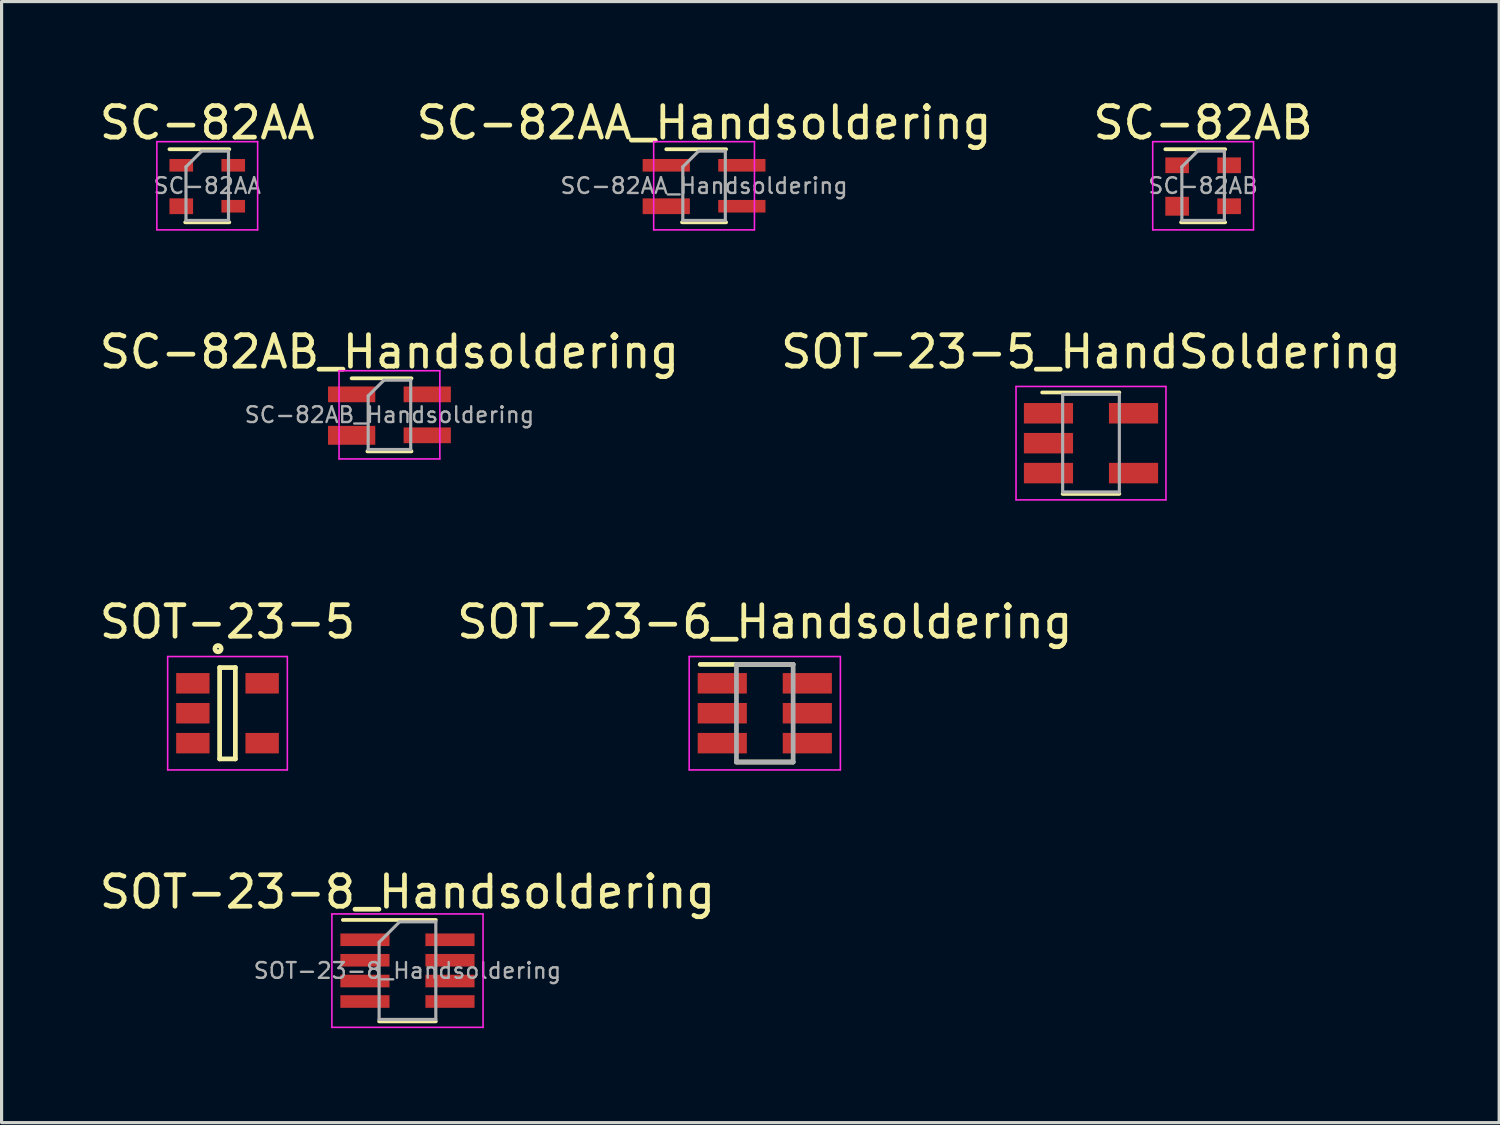
<source format=kicad_pcb>
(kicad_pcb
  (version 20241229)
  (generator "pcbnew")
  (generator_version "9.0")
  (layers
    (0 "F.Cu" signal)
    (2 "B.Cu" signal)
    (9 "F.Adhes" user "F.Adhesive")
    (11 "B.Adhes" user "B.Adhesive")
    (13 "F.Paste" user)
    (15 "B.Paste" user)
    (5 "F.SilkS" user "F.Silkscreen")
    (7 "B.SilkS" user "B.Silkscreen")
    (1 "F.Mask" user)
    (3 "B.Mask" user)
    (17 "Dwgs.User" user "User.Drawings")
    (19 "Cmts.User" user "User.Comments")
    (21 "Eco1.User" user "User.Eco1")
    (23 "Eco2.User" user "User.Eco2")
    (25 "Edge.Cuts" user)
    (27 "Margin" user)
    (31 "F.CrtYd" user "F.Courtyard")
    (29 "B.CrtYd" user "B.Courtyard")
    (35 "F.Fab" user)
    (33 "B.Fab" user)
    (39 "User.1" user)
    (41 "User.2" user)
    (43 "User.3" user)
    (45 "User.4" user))
  (footprint "SOT-23-6_Handsoldering"
    (layer "F.Cu")
    (at 21.232 19.595)
    (property "Reference" "SOT-23-6_Handsoldering" (at 0 -2.9 0) (layer "F.SilkS") (effects (font (size 1 1) (thickness 0.15))))
    (attr smd)
    (fp_line (start -0.9 1.55) (end 0.9 1.55) (stroke (width 0.15) (type solid)) (layer "F.SilkS"))
    (fp_line (start 0.9 -1.55) (end -2.05 -1.55) (stroke (width 0.15) (type solid)) (layer "F.SilkS"))
    (fp_line (start -2.4 -1.8) (end 2.4 -1.8) (stroke (width 0.05) (type solid)) (layer "F.CrtYd"))
    (fp_line (start -2.4 1.8) (end -2.4 -1.8) (stroke (width 0.05) (type solid)) (layer "F.CrtYd"))
    (fp_line (start 2.4 -1.8) (end 2.4 1.8) (stroke (width 0.05) (type solid)) (layer "F.CrtYd"))
    (fp_line (start 2.4 1.8) (end -2.4 1.8) (stroke (width 0.05) (type solid)) (layer "F.CrtYd"))
    (fp_line (start -0.9 -1.55) (end -0.9 1.55) (stroke (width 0.15) (type solid)) (layer "F.Fab"))
    (fp_line (start 0.9 -1.55) (end -0.9 -1.55) (stroke (width 0.15) (type solid)) (layer "F.Fab"))
    (fp_line (start 0.9 -1.55) (end 0.9 1.55) (stroke (width 0.15) (type solid)) (layer "F.Fab"))
    (fp_line (start 0.9 1.55) (end -0.9 1.55) (stroke (width 0.15) (type solid)) (layer "F.Fab"))
    (pad "1" smd rect (at -1.35 -0.95) (size 1.56 0.65) (layers "F.Cu" "F.Mask" "F.Paste"))
    (pad "2" smd rect (at -1.35 0) (size 1.56 0.65) (layers "F.Cu" "F.Mask" "F.Paste"))
    (pad "3" smd rect (at -1.35 0.95) (size 1.56 0.65) (layers "F.Cu" "F.Mask" "F.Paste"))
    (pad "4" smd rect (at 1.35 0.95) (size 1.56 0.65) (layers "F.Cu" "F.Mask" "F.Paste"))
    (pad "5" smd rect (at 1.35 0) (size 1.56 0.65) (layers "F.Cu" "F.Mask" "F.Paste"))
    (pad "6" smd rect (at 1.35 -0.95) (size 1.56 0.65) (layers "F.Cu" "F.Mask" "F.Paste")))
  (footprint "SOT-23-8_Handsoldering"
    (layer "F.Cu")
    (at 9.887 27.768)
    (property "Reference" "SOT-23-8_Handsoldering" (at 0 -2.5 0) (layer "F.SilkS") (effects (font (size 1 1) (thickness 0.15))))
    (attr smd)
    (fp_line (start -0.9 1.61) (end 0.9 1.61) (stroke (width 0.12) (type solid)) (layer "F.SilkS"))
    (fp_line (start 0.9 -1.61) (end -2.05 -1.61) (stroke (width 0.12) (type solid)) (layer "F.SilkS"))
    (fp_line (start -2.4 -1.8) (end 2.4 -1.8) (stroke (width 0.05) (type solid)) (layer "F.CrtYd"))
    (fp_line (start -2.4 1.8) (end -2.4 -1.8) (stroke (width 0.05) (type solid)) (layer "F.CrtYd"))
    (fp_line (start 2.4 -1.8) (end 2.4 1.8) (stroke (width 0.05) (type solid)) (layer "F.CrtYd"))
    (fp_line (start 2.4 1.8) (end -2.4 1.8) (stroke (width 0.05) (type solid)) (layer "F.CrtYd"))
    (fp_line (start -0.9 -0.9) (end -0.9 1.55) (stroke (width 0.1) (type solid)) (layer "F.Fab"))
    (fp_line (start -0.9 -0.9) (end -0.25 -1.55) (stroke (width 0.1) (type solid)) (layer "F.Fab"))
    (fp_line (start 0.9 -1.55) (end -0.25 -1.55) (stroke (width 0.1) (type solid)) (layer "F.Fab"))
    (fp_line (start 0.9 -1.55) (end 0.9 1.55) (stroke (width 0.1) (type solid)) (layer "F.Fab"))
    (fp_line (start 0.9 1.55) (end -0.9 1.55) (stroke (width 0.1) (type solid)) (layer "F.Fab"))
    (fp_text user "${REFERENCE}" (at 0 0 0) (layer "F.Fab") (effects (font (size 0.5 0.5) (thickness 0.075))))
    (pad "1" smd rect (at -1.35 -0.98) (size 1.56 0.4) (layers "F.Cu" "F.Mask" "F.Paste"))
    (pad "2" smd rect (at -1.35 -0.33) (size 1.56 0.4) (layers "F.Cu" "F.Mask" "F.Paste"))
    (pad "3" smd rect (at -1.35 0.33) (size 1.56 0.4) (layers "F.Cu" "F.Mask" "F.Paste"))
    (pad "4" smd rect (at -1.35 0.98) (size 1.56 0.4) (layers "F.Cu" "F.Mask" "F.Paste"))
    (pad "5" smd rect (at 1.35 0.98) (size 1.56 0.4) (layers "F.Cu" "F.Mask" "F.Paste"))
    (pad "6" smd rect (at 1.35 0.33) (size 1.56 0.4) (layers "F.Cu" "F.Mask" "F.Paste"))
    (pad "7" smd rect (at 1.35 -0.33) (size 1.56 0.4) (layers "F.Cu" "F.Mask" "F.Paste"))
    (pad "8" smd rect (at 1.35 -0.98) (size 1.56 0.4) (layers "F.Cu" "F.Mask" "F.Paste")))
  (footprint "SC-82AA_Handsoldering"
    (layer "F.Cu")
    (at 19.304 2.848)
    (property "Reference" "SC-82AA_Handsoldering" (at 0 -2 0) (layer "F.SilkS") (effects (font (size 1 1) (thickness 0.15))))
    (attr smd)
    (fp_line (start -0.7 1.16) (end 0.7 1.16) (stroke (width 0.12) (type solid)) (layer "F.SilkS"))
    (fp_line (start 0.7 -1.16) (end -1.2 -1.16) (stroke (width 0.12) (type solid)) (layer "F.SilkS"))
    (fp_line (start -1.6 -1.4) (end -1.6 1.4) (stroke (width 0.05) (type solid)) (layer "F.CrtYd"))
    (fp_line (start -1.6 -1.4) (end 1.6 -1.4) (stroke (width 0.05) (type solid)) (layer "F.CrtYd"))
    (fp_line (start -1.6 1.4) (end 1.6 1.4) (stroke (width 0.05) (type solid)) (layer "F.CrtYd"))
    (fp_line (start 1.6 1.4) (end 1.6 -1.4) (stroke (width 0.05) (type solid)) (layer "F.CrtYd"))
    (fp_line (start -0.675 -0.6) (end -0.675 1.1) (stroke (width 0.1) (type solid)) (layer "F.Fab"))
    (fp_line (start -0.175 -1.1) (end -0.675 -0.6) (stroke (width 0.1) (type solid)) (layer "F.Fab"))
    (fp_line (start 0.675 -1.1) (end -0.175 -1.1) (stroke (width 0.1) (type solid)) (layer "F.Fab"))
    (fp_line (start 0.675 -1.1) (end 0.675 1.1) (stroke (width 0.1) (type solid)) (layer "F.Fab"))
    (fp_line (start 0.675 1.1) (end -0.675 1.1) (stroke (width 0.1) (type solid)) (layer "F.Fab"))
    (fp_text user "${REFERENCE}" (at 0 0 0) (layer "F.Fab") (effects (font (size 0.5 0.5) (thickness 0.075))))
    (pad "1" smd rect (at -1.2 -0.65) (size 1.5 0.4) (layers "F.Cu" "F.Mask" "F.Paste"))
    (pad "2" smd rect (at -1.2 0.65) (size 1.5 0.5) (layers "F.Cu" "F.Mask" "F.Paste"))
    (pad "3" smd rect (at 1.2 0.65) (size 1.5 0.4) (layers "F.Cu" "F.Mask" "F.Paste"))
    (pad "4" smd rect (at 1.2 -0.65) (size 1.5 0.4) (layers "F.Cu" "F.Mask" "F.Paste")))
  (footprint "SOT-23-5_HandSoldering"
    (layer "F.Cu")
    (at 31.589 11.021)
    (property "Reference" "SOT-23-5_HandSoldering" (at 0 -2.9 0) (layer "F.SilkS") (effects (font (size 1 1) (thickness 0.15))))
    (attr smd)
    (fp_line (start -0.9 1.61) (end 0.9 1.61) (stroke (width 0.12) (type solid)) (layer "F.SilkS"))
    (fp_line (start 0.9 -1.61) (end -1.55 -1.61) (stroke (width 0.12) (type solid)) (layer "F.SilkS"))
    (fp_line (start -2.38 -1.8) (end -2.38 1.8) (stroke (width 0.05) (type solid)) (layer "F.CrtYd"))
    (fp_line (start -2.38 -1.8) (end 2.38 -1.8) (stroke (width 0.05) (type solid)) (layer "F.CrtYd"))
    (fp_line (start 2.38 1.8) (end -2.38 1.8) (stroke (width 0.05) (type solid)) (layer "F.CrtYd"))
    (fp_line (start 2.38 1.8) (end 2.38 -1.8) (stroke (width 0.05) (type solid)) (layer "F.CrtYd"))
    (fp_line (start -0.9 -1.55) (end -0.9 1.55) (stroke (width 0.1) (type solid)) (layer "F.Fab"))
    (fp_line (start 0.9 -1.55) (end -0.9 -1.55) (stroke (width 0.1) (type solid)) (layer "F.Fab"))
    (fp_line (start 0.9 -1.55) (end 0.9 1.55) (stroke (width 0.1) (type solid)) (layer "F.Fab"))
    (fp_line (start 0.9 1.55) (end -0.9 1.55) (stroke (width 0.1) (type solid)) (layer "F.Fab"))
    (pad "1" smd rect (at -1.35 -0.95) (size 1.56 0.65) (layers "F.Cu" "F.Mask" "F.Paste"))
    (pad "2" smd rect (at -1.35 0) (size 1.56 0.65) (layers "F.Cu" "F.Mask" "F.Paste"))
    (pad "3" smd rect (at -1.35 0.95) (size 1.56 0.65) (layers "F.Cu" "F.Mask" "F.Paste"))
    (pad "4" smd rect (at 1.35 0.95) (size 1.56 0.65) (layers "F.Cu" "F.Mask" "F.Paste"))
    (pad "5" smd rect (at 1.35 -0.95) (size 1.56 0.65) (layers "F.Cu" "F.Mask" "F.Paste")))
  (footprint "SOT-23-5"
    (layer "F.Cu")
    (at 4.173 19.595)
    (property "Reference" "SOT-23-5" (at 0 -2.9 0) (layer "F.SilkS") (effects (font (size 1 1) (thickness 0.15))))
    (attr smd)
    (fp_line (start -0.25 -1.45) (end -0.25 1.45) (stroke (width 0.15) (type solid)) (layer "F.SilkS"))
    (fp_line (start -0.25 1.45) (end 0.25 1.45) (stroke (width 0.15) (type solid)) (layer "F.SilkS"))
    (fp_line (start 0.25 -1.45) (end -0.25 -1.45) (stroke (width 0.15) (type solid)) (layer "F.SilkS"))
    (fp_line (start 0.25 1.45) (end 0.25 -1.45) (stroke (width 0.15) (type solid)) (layer "F.SilkS"))
    (fp_circle (center -0.3 -2.05) (end -0.2 -2.05) (stroke (width 0.15) (type solid)) (fill no) (layer "F.SilkS"))
    (fp_line (start -1.9 -1.8) (end 1.9 -1.8) (stroke (width 0.05) (type solid)) (layer "F.CrtYd"))
    (fp_line (start -1.9 1.8) (end -1.9 -1.8) (stroke (width 0.05) (type solid)) (layer "F.CrtYd"))
    (fp_line (start 1.9 -1.8) (end 1.9 1.8) (stroke (width 0.05) (type solid)) (layer "F.CrtYd"))
    (fp_line (start 1.9 1.8) (end -1.9 1.8) (stroke (width 0.05) (type solid)) (layer "F.CrtYd"))
    (pad "1" smd rect (at -1.1 -0.95) (size 1.06 0.65) (layers "F.Cu" "F.Mask" "F.Paste"))
    (pad "2" smd rect (at -1.1 0) (size 1.06 0.65) (layers "F.Cu" "F.Mask" "F.Paste"))
    (pad "3" smd rect (at -1.1 0.95) (size 1.06 0.65) (layers "F.Cu" "F.Mask" "F.Paste"))
    (pad "4" smd rect (at 1.1 0.95) (size 1.06 0.65) (layers "F.Cu" "F.Mask" "F.Paste"))
    (pad "5" smd rect (at 1.1 -0.95) (size 1.06 0.65) (layers "F.Cu" "F.Mask" "F.Paste")))
  (footprint "SC-82AB"
    (layer "F.Cu")
    (at 35.149 2.848)
    (property "Reference" "SC-82AB" (at 0 -2 0) (layer "F.SilkS") (effects (font (size 1 1) (thickness 0.15))))
    (attr smd)
    (fp_line (start -0.7 1.16) (end 0.7 1.16) (stroke (width 0.12) (type solid)) (layer "F.SilkS"))
    (fp_line (start 0.7 -1.16) (end -1.2 -1.16) (stroke (width 0.12) (type solid)) (layer "F.SilkS"))
    (fp_line (start -1.6 -1.4) (end -1.6 1.4) (stroke (width 0.05) (type solid)) (layer "F.CrtYd"))
    (fp_line (start -1.6 -1.4) (end 1.6 -1.4) (stroke (width 0.05) (type solid)) (layer "F.CrtYd"))
    (fp_line (start -1.6 1.4) (end 1.6 1.4) (stroke (width 0.05) (type solid)) (layer "F.CrtYd"))
    (fp_line (start 1.6 1.4) (end 1.6 -1.4) (stroke (width 0.05) (type solid)) (layer "F.CrtYd"))
    (fp_line (start -0.675 -0.6) (end -0.675 1.1) (stroke (width 0.1) (type solid)) (layer "F.Fab"))
    (fp_line (start -0.175 -1.1) (end -0.675 -0.6) (stroke (width 0.1) (type solid)) (layer "F.Fab"))
    (fp_line (start 0.675 -1.1) (end -0.175 -1.1) (stroke (width 0.1) (type solid)) (layer "F.Fab"))
    (fp_line (start 0.675 -1.1) (end 0.675 1.1) (stroke (width 0.1) (type solid)) (layer "F.Fab"))
    (fp_line (start 0.675 1.1) (end -0.675 1.1) (stroke (width 0.1) (type solid)) (layer "F.Fab"))
    (fp_text user "${REFERENCE}" (at 0 0 0) (layer "F.Fab") (effects (font (size 0.5 0.5) (thickness 0.075))))
    (pad "1" smd rect (at -0.825 -0.65) (size 0.75 0.5) (layers "F.Cu" "F.Mask" "F.Paste"))
    (pad "2" smd rect (at -0.825 0.65) (size 0.75 0.6) (layers "F.Cu" "F.Mask" "F.Paste"))
    (pad "3" smd rect (at 0.825 0.65) (size 0.75 0.5) (layers "F.Cu" "F.Mask" "F.Paste"))
    (pad "4" smd rect (at 0.825 -0.65) (size 0.75 0.5) (layers "F.Cu" "F.Mask" "F.Paste")))
  (footprint "SC-82AB_Handsoldering"
    (layer "F.Cu")
    (at 9.315 10.121)
    (property "Reference" "SC-82AB_Handsoldering" (at 0 -2 0) (layer "F.SilkS") (effects (font (size 1 1) (thickness 0.15))))
    (attr smd)
    (fp_line (start -0.7 1.16) (end 0.7 1.16) (stroke (width 0.12) (type solid)) (layer "F.SilkS"))
    (fp_line (start 0.7 -1.16) (end -1.2 -1.16) (stroke (width 0.12) (type solid)) (layer "F.SilkS"))
    (fp_line (start -1.6 -1.4) (end -1.6 1.4) (stroke (width 0.05) (type solid)) (layer "F.CrtYd"))
    (fp_line (start -1.6 -1.4) (end 1.6 -1.4) (stroke (width 0.05) (type solid)) (layer "F.CrtYd"))
    (fp_line (start -1.6 1.4) (end 1.6 1.4) (stroke (width 0.05) (type solid)) (layer "F.CrtYd"))
    (fp_line (start 1.6 1.4) (end 1.6 -1.4) (stroke (width 0.05) (type solid)) (layer "F.CrtYd"))
    (fp_line (start -0.675 -0.6) (end -0.675 1.1) (stroke (width 0.1) (type solid)) (layer "F.Fab"))
    (fp_line (start -0.175 -1.1) (end -0.675 -0.6) (stroke (width 0.1) (type solid)) (layer "F.Fab"))
    (fp_line (start 0.675 -1.1) (end -0.175 -1.1) (stroke (width 0.1) (type solid)) (layer "F.Fab"))
    (fp_line (start 0.675 -1.1) (end 0.675 1.1) (stroke (width 0.1) (type solid)) (layer "F.Fab"))
    (fp_line (start 0.675 1.1) (end -0.675 1.1) (stroke (width 0.1) (type solid)) (layer "F.Fab"))
    (fp_text user "${REFERENCE}" (at 0 0 0) (layer "F.Fab") (effects (font (size 0.5 0.5) (thickness 0.075))))
    (pad "1" smd rect (at -1.2 -0.65) (size 1.5 0.5) (layers "F.Cu" "F.Mask" "F.Paste"))
    (pad "2" smd rect (at -1.2 0.65) (size 1.5 0.6) (layers "F.Cu" "F.Mask" "F.Paste"))
    (pad "3" smd rect (at 1.2 0.65) (size 1.5 0.5) (layers "F.Cu" "F.Mask" "F.Paste"))
    (pad "4" smd rect (at 1.2 -0.65) (size 1.5 0.5) (layers "F.Cu" "F.Mask" "F.Paste")))
  (footprint "SC-82AA"
    (layer "F.Cu")
    (at 3.53 2.848)
    (property "Reference" "SC-82AA" (at 0 -2 0) (layer "F.SilkS") (effects (font (size 1 1) (thickness 0.15))))
    (attr smd)
    (fp_line (start -0.7 1.16) (end 0.7 1.16) (stroke (width 0.12) (type solid)) (layer "F.SilkS"))
    (fp_line (start 0.7 -1.16) (end -1.2 -1.16) (stroke (width 0.12) (type solid)) (layer "F.SilkS"))
    (fp_line (start -1.6 -1.4) (end -1.6 1.4) (stroke (width 0.05) (type solid)) (layer "F.CrtYd"))
    (fp_line (start -1.6 -1.4) (end 1.6 -1.4) (stroke (width 0.05) (type solid)) (layer "F.CrtYd"))
    (fp_line (start -1.6 1.4) (end 1.6 1.4) (stroke (width 0.05) (type solid)) (layer "F.CrtYd"))
    (fp_line (start 1.6 1.4) (end 1.6 -1.4) (stroke (width 0.05) (type solid)) (layer "F.CrtYd"))
    (fp_line (start -0.675 -0.6) (end -0.675 1.1) (stroke (width 0.1) (type solid)) (layer "F.Fab"))
    (fp_line (start -0.175 -1.1) (end -0.675 -0.6) (stroke (width 0.1) (type solid)) (layer "F.Fab"))
    (fp_line (start 0.675 -1.1) (end -0.175 -1.1) (stroke (width 0.1) (type solid)) (layer "F.Fab"))
    (fp_line (start 0.675 -1.1) (end 0.675 1.1) (stroke (width 0.1) (type solid)) (layer "F.Fab"))
    (fp_line (start 0.675 1.1) (end -0.675 1.1) (stroke (width 0.1) (type solid)) (layer "F.Fab"))
    (fp_text user "${REFERENCE}" (at 0 0 0) (layer "F.Fab") (effects (font (size 0.5 0.5) (thickness 0.075))))
    (pad "1" smd rect (at -0.825 -0.65) (size 0.75 0.4) (layers "F.Cu" "F.Mask" "F.Paste"))
    (pad "2" smd rect (at -0.825 0.65) (size 0.75 0.5) (layers "F.Cu" "F.Mask" "F.Paste"))
    (pad "3" smd rect (at 0.825 0.65) (size 0.75 0.4) (layers "F.Cu" "F.Mask" "F.Paste"))
    (pad "4" smd rect (at 0.825 -0.65) (size 0.75 0.4) (layers "F.Cu" "F.Mask" "F.Paste")))
  (gr_rect
    (start -3 -3)
    (end 44.548 32.593)
    (stroke (width 0.1) (type default))
    (fill no)
    (layer "Edge.Cuts")))
</source>
